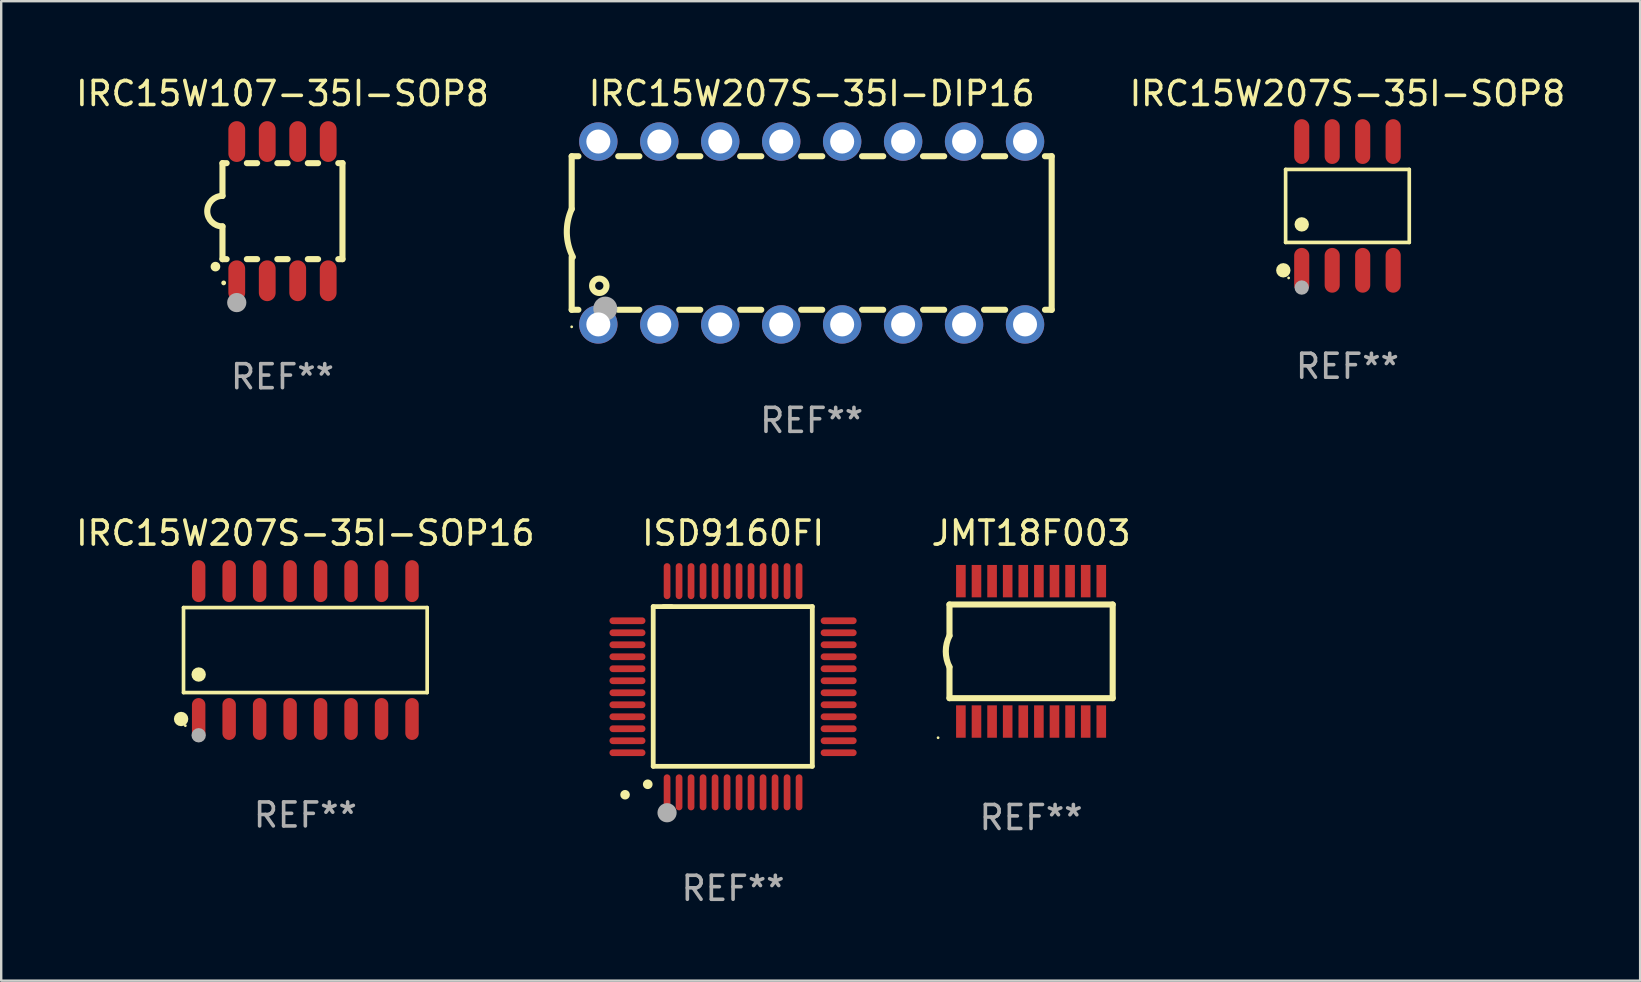
<source format=kicad_pcb>
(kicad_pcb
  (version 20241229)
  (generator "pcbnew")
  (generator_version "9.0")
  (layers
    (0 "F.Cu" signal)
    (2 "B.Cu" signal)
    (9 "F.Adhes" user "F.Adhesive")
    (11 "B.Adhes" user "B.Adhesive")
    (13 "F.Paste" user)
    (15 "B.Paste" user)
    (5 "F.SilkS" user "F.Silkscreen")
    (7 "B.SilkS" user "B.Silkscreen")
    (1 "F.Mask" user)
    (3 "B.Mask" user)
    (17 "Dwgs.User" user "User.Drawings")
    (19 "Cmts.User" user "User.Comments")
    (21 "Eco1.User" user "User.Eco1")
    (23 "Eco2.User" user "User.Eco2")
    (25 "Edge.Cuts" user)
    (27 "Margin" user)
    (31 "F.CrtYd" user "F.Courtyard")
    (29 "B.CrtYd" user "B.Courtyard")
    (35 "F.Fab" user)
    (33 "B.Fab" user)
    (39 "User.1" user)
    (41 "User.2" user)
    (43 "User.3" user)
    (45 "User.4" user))
  (footprint "IRC15W207S-35I-SOP16"
    (layer "F.Cu")
    (at 9.673 24.037)
    (property "Reference" "IRC15W207S-35I-SOP16" (at 0 -4.872 0) (layer "F.SilkS") (effects (font (size 1 1) (thickness 0.15))))
    (attr through_hole)
    (fp_line (start -5.076 -1.771) (end 5.076 -1.771) (stroke (width 0.152) (type solid)) (layer "F.SilkS"))
    (fp_line (start -5.076 1.771) (end -5.076 -1.771) (stroke (width 0.152) (type solid)) (layer "F.SilkS"))
    (fp_line (start 5.076 -1.771) (end 5.076 1.771) (stroke (width 0.152) (type solid)) (layer "F.SilkS"))
    (fp_line (start 5.076 1.771) (end -5.076 1.771) (stroke (width 0.152) (type solid)) (layer "F.SilkS"))
    (fp_circle (center -5.177 2.872) (end -5.027 2.872) (stroke (width 0.3) (type solid)) (fill no) (layer "F.SilkS"))
    (fp_circle (center -5 3.15) (end -4.97 3.15) (stroke (width 0.06) (type solid)) (fill no) (layer "F.SilkS"))
    (fp_circle (center -4.445 1.019) (end -4.295 1.019) (stroke (width 0.3) (type solid)) (fill no) (layer "F.SilkS"))
    (fp_circle (center -4.445 3.55) (end -4.295 3.55) (stroke (width 0.3) (type solid)) (fill no) (layer "F.Fab"))
    (fp_text user "REF**" (at 0 6.872 0) (layer "F.Fab") (effects (font (size 1 1) (thickness 0.15))))
    (pad "1" smd oval (at -4.445 2.872) (size 0.56 1.745) (layers "F.Cu" "F.Mask" "F.Paste"))
    (pad "2" smd oval (at -3.175 2.872) (size 0.56 1.745) (layers "F.Cu" "F.Mask" "F.Paste"))
    (pad "3" smd oval (at -1.905 2.872) (size 0.56 1.745) (layers "F.Cu" "F.Mask" "F.Paste"))
    (pad "4" smd oval (at -0.635 2.872) (size 0.56 1.745) (layers "F.Cu" "F.Mask" "F.Paste"))
    (pad "5" smd oval (at 0.635 2.872) (size 0.56 1.745) (layers "F.Cu" "F.Mask" "F.Paste"))
    (pad "6" smd oval (at 1.905 2.872) (size 0.56 1.745) (layers "F.Cu" "F.Mask" "F.Paste"))
    (pad "7" smd oval (at 3.175 2.872) (size 0.56 1.745) (layers "F.Cu" "F.Mask" "F.Paste"))
    (pad "8" smd oval (at 4.445 2.872) (size 0.56 1.745) (layers "F.Cu" "F.Mask" "F.Paste"))
    (pad "9" smd oval (at 4.445 -2.872) (size 0.56 1.745) (layers "F.Cu" "F.Mask" "F.Paste"))
    (pad "10" smd oval (at 3.175 -2.872) (size 0.56 1.745) (layers "F.Cu" "F.Mask" "F.Paste"))
    (pad "11" smd oval (at 1.905 -2.872) (size 0.56 1.745) (layers "F.Cu" "F.Mask" "F.Paste"))
    (pad "12" smd oval (at 0.635 -2.872) (size 0.56 1.745) (layers "F.Cu" "F.Mask" "F.Paste"))
    (pad "13" smd oval (at -0.635 -2.872) (size 0.56 1.745) (layers "F.Cu" "F.Mask" "F.Paste"))
    (pad "14" smd oval (at -1.905 -2.872) (size 0.56 1.745) (layers "F.Cu" "F.Mask" "F.Paste"))
    (pad "15" smd oval (at -3.175 -2.872) (size 0.56 1.745) (layers "F.Cu" "F.Mask" "F.Paste"))
    (pad "16" smd oval (at -4.445 -2.872) (size 0.56 1.745) (layers "F.Cu" "F.Mask" "F.Paste")))
  (footprint "IRC15W107-35I-SOP8"
    (layer "F.Cu")
    (at 8.72 5.748)
    (property "Reference" "IRC15W107-35I-SOP8" (at 0 -4.9 0) (layer "F.SilkS") (effects (font (size 1 1) (thickness 0.15))))
    (attr through_hole)
    (fp_line (start -2.5 -2) (end -2.5 -0.635) (stroke (width 0.254) (type solid)) (layer "F.SilkS"))
    (fp_line (start -2.5 -2) (end -2.326 -2) (stroke (width 0.254) (type solid)) (layer "F.SilkS"))
    (fp_line (start -2.5 2) (end -2.5 0.635) (stroke (width 0.254) (type solid)) (layer "F.SilkS"))
    (fp_line (start -2.5 2) (end -2.326 2) (stroke (width 0.254) (type solid)) (layer "F.SilkS"))
    (fp_line (start -1.484 -2) (end -1.056 -2) (stroke (width 0.254) (type solid)) (layer "F.SilkS"))
    (fp_line (start -1.484 2) (end -1.056 2) (stroke (width 0.254) (type solid)) (layer "F.SilkS"))
    (fp_line (start -0.214 -2) (end 0.214 -2) (stroke (width 0.254) (type solid)) (layer "F.SilkS"))
    (fp_line (start -0.214 2) (end 0.214 2) (stroke (width 0.254) (type solid)) (layer "F.SilkS"))
    (fp_line (start 1.056 -2) (end 1.484 -2) (stroke (width 0.254) (type solid)) (layer "F.SilkS"))
    (fp_line (start 1.056 2) (end 1.484 2) (stroke (width 0.254) (type solid)) (layer "F.SilkS"))
    (fp_line (start 2.326 -2) (end 2.5 -2) (stroke (width 0.254) (type solid)) (layer "F.SilkS"))
    (fp_line (start 2.326 2) (end 2.5 2) (stroke (width 0.254) (type solid)) (layer "F.SilkS"))
    (fp_line (start 2.5 -2) (end 2.5 2) (stroke (width 0.254) (type solid)) (layer "F.SilkS"))
    (fp_arc (start -2.794006 2.311405) (mid -2.792736 2.311401) (end -2.791466 2.311405) (stroke (width 0.4) (type solid)) (layer "F.SilkS"))
    (fp_arc (start -2.5 0.635001) (mid -3.134366 -0.000318) (end -2.499365 -0.635001) (stroke (width 0.254001) (type solid)) (layer "F.SilkS"))
    (fp_circle (center -2.45 2.99) (end -2.4 2.99) (stroke (width 0.1) (type solid)) (fill no) (layer "F.SilkS"))
    (fp_circle (center -1.905 3.81) (end -1.705 3.81) (stroke (width 0.4) (type solid)) (fill no) (layer "F.Fab"))
    (fp_text user "REF**" (at 0 6.9 0) (layer "F.Fab") (effects (font (size 1 1) (thickness 0.15))))
    (pad "1" smd oval (at -1.905 2.9 180) (size 0.7 1.7) (layers "F.Cu" "F.Mask" "F.Paste"))
    (pad "2" smd oval (at -0.635 2.9 180) (size 0.7 1.7) (layers "F.Cu" "F.Mask" "F.Paste"))
    (pad "3" smd oval (at 0.635 2.9 180) (size 0.7 1.7) (layers "F.Cu" "F.Mask" "F.Paste"))
    (pad "4" smd oval (at 1.905 2.9 180) (size 0.7 1.7) (layers "F.Cu" "F.Mask" "F.Paste"))
    (pad "5" smd oval (at 1.905 -2.9 180) (size 0.7 1.7) (layers "F.Cu" "F.Mask" "F.Paste"))
    (pad "6" smd oval (at 0.635 -2.9 180) (size 0.7 1.7) (layers "F.Cu" "F.Mask" "F.Paste"))
    (pad "7" smd oval (at -0.635 -2.9 180) (size 0.7 1.7) (layers "F.Cu" "F.Mask" "F.Paste"))
    (pad "8" smd oval (at -1.905 -2.9 180) (size 0.7 1.7) (layers "F.Cu" "F.Mask" "F.Paste")))
  (footprint "ISD9160FI"
    (layer "F.Cu")
    (at 27.495 25.565)
    (property "Reference" "ISD9160FI" (at 0 -6.4 0) (layer "F.SilkS") (effects (font (size 1 1) (thickness 0.15))))
    (attr through_hole)
    (fp_line (start -3.327 -3.34) (end -2.565 -3.34) (stroke (width 0.2) (type solid)) (layer "F.SilkS"))
    (fp_line (start -3.327 3.315) (end -3.327 -3.34) (stroke (width 0.2) (type solid)) (layer "F.SilkS"))
    (fp_line (start -2.896 -3.34) (end 3.302 -3.34) (stroke (width 0.2) (type solid)) (layer "F.SilkS"))
    (fp_line (start 3.302 -3.34) (end 3.302 3.315) (stroke (width 0.2) (type solid)) (layer "F.SilkS"))
    (fp_line (start 3.302 3.315) (end -3.327 3.315) (stroke (width 0.2) (type solid)) (layer "F.SilkS"))
    (fp_arc (start -3.556007 4.064008) (mid -3.554737 4.064004) (end -3.553467 4.064008) (stroke (width 0.4) (type solid)) (layer "F.SilkS"))
    (fp_circle (center -4.5 4.5) (end -4.4 4.5) (stroke (width 0.2) (type solid)) (fill no) (layer "F.SilkS"))
    (fp_circle (center -2.75 5.25) (end -2.55 5.25) (stroke (width 0.4) (type solid)) (fill no) (layer "F.Fab"))
    (fp_text user "REF**" (at 0 8.4 0) (layer "F.Fab") (effects (font (size 1 1) (thickness 0.15))))
    (pad "1" smd oval (at -2.75 4.4 180) (size 0.28 1.5) (layers "F.Cu" "F.Mask" "F.Paste"))
    (pad "2" smd oval (at -2.25 4.4 180) (size 0.28 1.5) (layers "F.Cu" "F.Mask" "F.Paste"))
    (pad "3" smd oval (at -1.75 4.4 180) (size 0.28 1.5) (layers "F.Cu" "F.Mask" "F.Paste"))
    (pad "4" smd oval (at -1.25 4.4 180) (size 0.28 1.5) (layers "F.Cu" "F.Mask" "F.Paste"))
    (pad "5" smd oval (at -0.75 4.4 180) (size 0.28 1.5) (layers "F.Cu" "F.Mask" "F.Paste"))
    (pad "6" smd oval (at -0.25 4.4 180) (size 0.28 1.5) (layers "F.Cu" "F.Mask" "F.Paste"))
    (pad "7" smd oval (at 0.25 4.4 180) (size 0.28 1.5) (layers "F.Cu" "F.Mask" "F.Paste"))
    (pad "8" smd oval (at 0.75 4.4 180) (size 0.28 1.5) (layers "F.Cu" "F.Mask" "F.Paste"))
    (pad "9" smd oval (at 1.25 4.4 180) (size 0.28 1.5) (layers "F.Cu" "F.Mask" "F.Paste"))
    (pad "10" smd oval (at 1.75 4.4 180) (size 0.28 1.5) (layers "F.Cu" "F.Mask" "F.Paste"))
    (pad "11" smd oval (at 2.25 4.4 180) (size 0.28 1.5) (layers "F.Cu" "F.Mask" "F.Paste"))
    (pad "12" smd oval (at 2.75 4.4 180) (size 0.28 1.5) (layers "F.Cu" "F.Mask" "F.Paste"))
    (pad "13" smd oval (at 4.4 2.75 90) (size 0.28 1.5) (layers "F.Cu" "F.Mask" "F.Paste"))
    (pad "14" smd oval (at 4.4 2.25 90) (size 0.28 1.5) (layers "F.Cu" "F.Mask" "F.Paste"))
    (pad "15" smd oval (at 4.4 1.75 90) (size 0.28 1.5) (layers "F.Cu" "F.Mask" "F.Paste"))
    (pad "16" smd oval (at 4.4 1.25 90) (size 0.28 1.5) (layers "F.Cu" "F.Mask" "F.Paste"))
    (pad "17" smd oval (at 4.4 0.75 90) (size 0.28 1.5) (layers "F.Cu" "F.Mask" "F.Paste"))
    (pad "18" smd oval (at 4.4 0.25 90) (size 0.28 1.5) (layers "F.Cu" "F.Mask" "F.Paste"))
    (pad "19" smd oval (at 4.4 -0.25 90) (size 0.28 1.5) (layers "F.Cu" "F.Mask" "F.Paste"))
    (pad "20" smd oval (at 4.4 -0.75 90) (size 0.28 1.5) (layers "F.Cu" "F.Mask" "F.Paste"))
    (pad "21" smd oval (at 4.4 -1.25 90) (size 0.28 1.5) (layers "F.Cu" "F.Mask" "F.Paste"))
    (pad "22" smd oval (at 4.4 -1.75 90) (size 0.28 1.5) (layers "F.Cu" "F.Mask" "F.Paste"))
    (pad "23" smd oval (at 4.4 -2.25 90) (size 0.28 1.5) (layers "F.Cu" "F.Mask" "F.Paste"))
    (pad "24" smd oval (at 4.4 -2.75 90) (size 0.28 1.5) (layers "F.Cu" "F.Mask" "F.Paste"))
    (pad "25" smd oval (at 2.75 -4.4 180) (size 0.28 1.5) (layers "F.Cu" "F.Mask" "F.Paste"))
    (pad "26" smd oval (at 2.25 -4.4 180) (size 0.28 1.5) (layers "F.Cu" "F.Mask" "F.Paste"))
    (pad "27" smd oval (at 1.75 -4.4 180) (size 0.28 1.5) (layers "F.Cu" "F.Mask" "F.Paste"))
    (pad "28" smd oval (at 1.25 -4.4 180) (size 0.28 1.5) (layers "F.Cu" "F.Mask" "F.Paste"))
    (pad "29" smd oval (at 0.75 -4.4 180) (size 0.28 1.5) (layers "F.Cu" "F.Mask" "F.Paste"))
    (pad "30" smd oval (at 0.25 -4.4 180) (size 0.28 1.5) (layers "F.Cu" "F.Mask" "F.Paste"))
    (pad "31" smd oval (at -0.25 -4.4 180) (size 0.28 1.5) (layers "F.Cu" "F.Mask" "F.Paste"))
    (pad "32" smd oval (at -0.75 -4.4 180) (size 0.28 1.5) (layers "F.Cu" "F.Mask" "F.Paste"))
    (pad "33" smd oval (at -1.25 -4.4 180) (size 0.28 1.5) (layers "F.Cu" "F.Mask" "F.Paste"))
    (pad "34" smd oval (at -1.75 -4.4 180) (size 0.28 1.5) (layers "F.Cu" "F.Mask" "F.Paste"))
    (pad "35" smd oval (at -2.25 -4.4 180) (size 0.28 1.5) (layers "F.Cu" "F.Mask" "F.Paste"))
    (pad "36" smd oval (at -2.75 -4.4 180) (size 0.28 1.5) (layers "F.Cu" "F.Mask" "F.Paste"))
    (pad "37" smd oval (at -4.4 -2.75 90) (size 0.28 1.5) (layers "F.Cu" "F.Mask" "F.Paste"))
    (pad "38" smd oval (at -4.4 -2.25 90) (size 0.28 1.5) (layers "F.Cu" "F.Mask" "F.Paste"))
    (pad "39" smd oval (at -4.4 -1.75 90) (size 0.28 1.5) (layers "F.Cu" "F.Mask" "F.Paste"))
    (pad "40" smd oval (at -4.4 -1.25 90) (size 0.28 1.5) (layers "F.Cu" "F.Mask" "F.Paste"))
    (pad "41" smd oval (at -4.4 -0.75 90) (size 0.28 1.5) (layers "F.Cu" "F.Mask" "F.Paste"))
    (pad "42" smd oval (at -4.4 -0.25 90) (size 0.28 1.5) (layers "F.Cu" "F.Mask" "F.Paste"))
    (pad "43" smd oval (at -4.4 0.25 90) (size 0.28 1.5) (layers "F.Cu" "F.Mask" "F.Paste"))
    (pad "44" smd oval (at -4.4 0.75 90) (size 0.28 1.5) (layers "F.Cu" "F.Mask" "F.Paste"))
    (pad "45" smd oval (at -4.4 1.25 90) (size 0.28 1.5) (layers "F.Cu" "F.Mask" "F.Paste"))
    (pad "46" smd oval (at -4.4 1.75 90) (size 0.28 1.5) (layers "F.Cu" "F.Mask" "F.Paste"))
    (pad "47" smd oval (at -4.4 2.25 90) (size 0.28 1.5) (layers "F.Cu" "F.Mask" "F.Paste"))
    (pad "48" smd oval (at -4.4 2.75 90) (size 0.28 1.5) (layers "F.Cu" "F.Mask" "F.Paste")))
  (footprint "IRC15W207S-35I-DIP16"
    (layer "F.Cu")
    (at 30.771 6.658)
    (property "Reference" "IRC15W207S-35I-DIP16" (at 0 -5.81 0) (layer "F.SilkS") (effects (font (size 1 1) (thickness 0.15))))
    (attr through_hole)
    (fp_line (start -10 -3.198) (end -9.719 -3.198) (stroke (width 0.254) (type solid)) (layer "F.SilkS"))
    (fp_line (start -10 -0.998) (end -10 -3.198) (stroke (width 0.254) (type solid)) (layer "F.SilkS"))
    (fp_line (start -10 3.2) (end -10 1) (stroke (width 0.254) (type solid)) (layer "F.SilkS"))
    (fp_line (start -10 3.2) (end -9.721 3.2) (stroke (width 0.254) (type solid)) (layer "F.SilkS"))
    (fp_line (start -8.061 -3.198) (end -7.179 -3.198) (stroke (width 0.254) (type solid)) (layer "F.SilkS"))
    (fp_line (start -8.059 3.2) (end -7.181 3.2) (stroke (width 0.254) (type solid)) (layer "F.SilkS"))
    (fp_line (start -5.521 -3.198) (end -4.639 -3.198) (stroke (width 0.254) (type solid)) (layer "F.SilkS"))
    (fp_line (start -5.519 3.2) (end -4.641 3.2) (stroke (width 0.254) (type solid)) (layer "F.SilkS"))
    (fp_line (start -2.981 -3.198) (end -2.099 -3.198) (stroke (width 0.254) (type solid)) (layer "F.SilkS"))
    (fp_line (start -2.979 3.2) (end -2.101 3.2) (stroke (width 0.254) (type solid)) (layer "F.SilkS"))
    (fp_line (start -0.441 -3.198) (end 0.441 -3.198) (stroke (width 0.254) (type solid)) (layer "F.SilkS"))
    (fp_line (start -0.439 3.2) (end 0.439 3.2) (stroke (width 0.254) (type solid)) (layer "F.SilkS"))
    (fp_line (start 2.099 -3.198) (end 2.981 -3.198) (stroke (width 0.254) (type solid)) (layer "F.SilkS"))
    (fp_line (start 2.101 3.2) (end 2.979 3.2) (stroke (width 0.254) (type solid)) (layer "F.SilkS"))
    (fp_line (start 4.639 -3.198) (end 5.521 -3.198) (stroke (width 0.254) (type solid)) (layer "F.SilkS"))
    (fp_line (start 4.641 3.2) (end 5.519 3.2) (stroke (width 0.254) (type solid)) (layer "F.SilkS"))
    (fp_line (start 7.179 -3.198) (end 8.061 -3.198) (stroke (width 0.254) (type solid)) (layer "F.SilkS"))
    (fp_line (start 7.181 3.2) (end 8.059 3.2) (stroke (width 0.254) (type solid)) (layer "F.SilkS"))
    (fp_line (start 9.719 -3.198) (end 10 -3.198) (stroke (width 0.254) (type solid)) (layer "F.SilkS"))
    (fp_line (start 9.721 3.2) (end 10 3.2) (stroke (width 0.254) (type solid)) (layer "F.SilkS"))
    (fp_line (start 10 3.2) (end 10 -3.2) (stroke (width 0.254) (type solid)) (layer "F.SilkS"))
    (fp_arc (start -9.949962 1) (mid -10.203153 0.005709) (end -10 -1) (stroke (width 0.254001) (type solid)) (layer "F.SilkS"))
    (fp_circle (center -10 3.91) (end -9.97 3.91) (stroke (width 0.06) (type solid)) (fill no) (layer "F.SilkS"))
    (fp_circle (center -8.85 2.2) (end -8.55 2.2) (stroke (width 0.254) (type solid)) (fill no) (layer "F.SilkS"))
    (fp_circle (center -8.6 3.15) (end -8.35 3.15) (stroke (width 0.5) (type solid)) (fill no) (layer "F.Fab"))
    (fp_text user "REF**" (at 0 7.81 0) (layer "F.Fab") (effects (font (size 1 1) (thickness 0.15))))
    (pad "1" thru_hole circle (at -8.89 3.81) (size 1.6 1.6) (drill 1) (layers "*.Cu" "*.Mask"))
    (pad "2" thru_hole circle (at -6.35 3.81) (size 1.6 1.6) (drill 1) (layers "*.Cu" "*.Mask"))
    (pad "3" thru_hole circle (at -3.81 3.81) (size 1.6 1.6) (drill 1) (layers "*.Cu" "*.Mask"))
    (pad "4" thru_hole circle (at -1.27 3.81) (size 1.6 1.6) (drill 1) (layers "*.Cu" "*.Mask"))
    (pad "5" thru_hole circle (at 1.27 3.81) (size 1.6 1.6) (drill 1) (layers "*.Cu" "*.Mask"))
    (pad "6" thru_hole circle (at 3.81 3.81) (size 1.6 1.6) (drill 1) (layers "*.Cu" "*.Mask"))
    (pad "7" thru_hole circle (at 6.35 3.81) (size 1.6 1.6) (drill 1) (layers "*.Cu" "*.Mask"))
    (pad "8" thru_hole circle (at 8.89 3.81) (size 1.6 1.6) (drill 1) (layers "*.Cu" "*.Mask"))
    (pad "9" thru_hole circle (at 8.89 -3.81) (size 1.6 1.6) (drill 1) (layers "*.Cu" "*.Mask"))
    (pad "10" thru_hole circle (at 6.35 -3.81) (size 1.6 1.6) (drill 1) (layers "*.Cu" "*.Mask"))
    (pad "11" thru_hole circle (at 3.81 -3.81) (size 1.6 1.6) (drill 1) (layers "*.Cu" "*.Mask"))
    (pad "12" thru_hole circle (at 1.27 -3.81) (size 1.6 1.6) (drill 1) (layers "*.Cu" "*.Mask"))
    (pad "13" thru_hole circle (at -1.27 -3.81) (size 1.6 1.6) (drill 1) (layers "*.Cu" "*.Mask"))
    (pad "14" thru_hole circle (at -3.81 -3.81) (size 1.6 1.6) (drill 1) (layers "*.Cu" "*.Mask"))
    (pad "15" thru_hole circle (at -6.35 -3.81) (size 1.6 1.6) (drill 1) (layers "*.Cu" "*.Mask"))
    (pad "16" thru_hole circle (at -8.89 -3.81) (size 1.6 1.6) (drill 1) (layers "*.Cu" "*.Mask")))
  (footprint "IRC15W207S-35I-SOP8"
    (layer "F.Cu")
    (at 53.095 5.531)
    (property "Reference" "IRC15W207S-35I-SOP8" (at 0 -4.682 0) (layer "F.SilkS") (effects (font (size 1 1) (thickness 0.15))))
    (attr through_hole)
    (fp_line (start -2.576 -1.521) (end 2.576 -1.521) (stroke (width 0.152) (type solid)) (layer "F.SilkS"))
    (fp_line (start -2.576 1.521) (end -2.576 -1.521) (stroke (width 0.152) (type solid)) (layer "F.SilkS"))
    (fp_line (start 2.576 -1.521) (end 2.576 1.521) (stroke (width 0.152) (type solid)) (layer "F.SilkS"))
    (fp_line (start 2.576 1.521) (end -2.576 1.521) (stroke (width 0.152) (type solid)) (layer "F.SilkS"))
    (fp_circle (center -2.672 2.682) (end -2.522 2.682) (stroke (width 0.3) (type solid)) (fill no) (layer "F.SilkS"))
    (fp_circle (center -2.45 3) (end -2.42 3) (stroke (width 0.06) (type solid)) (fill no) (layer "F.SilkS"))
    (fp_circle (center -1.905 0.769) (end -1.755 0.769) (stroke (width 0.3) (type solid)) (fill no) (layer "F.SilkS"))
    (fp_circle (center -1.905 3.4) (end -1.755 3.4) (stroke (width 0.3) (type solid)) (fill no) (layer "F.Fab"))
    (fp_text user "REF**" (at 0 6.682 0) (layer "F.Fab") (effects (font (size 1 1) (thickness 0.15))))
    (pad "1" smd oval (at -1.905 2.682) (size 0.63 1.865) (layers "F.Cu" "F.Mask" "F.Paste"))
    (pad "2" smd oval (at -0.635 2.682) (size 0.63 1.865) (layers "F.Cu" "F.Mask" "F.Paste"))
    (pad "3" smd oval (at 0.635 2.682) (size 0.63 1.865) (layers "F.Cu" "F.Mask" "F.Paste"))
    (pad "4" smd oval (at 1.905 2.682) (size 0.63 1.865) (layers "F.Cu" "F.Mask" "F.Paste"))
    (pad "5" smd oval (at 1.905 -2.682) (size 0.63 1.865) (layers "F.Cu" "F.Mask" "F.Paste"))
    (pad "6" smd oval (at 0.635 -2.682) (size 0.63 1.865) (layers "F.Cu" "F.Mask" "F.Paste"))
    (pad "7" smd oval (at -0.635 -2.682) (size 0.63 1.865) (layers "F.Cu" "F.Mask" "F.Paste"))
    (pad "8" smd oval (at -1.905 -2.682) (size 0.63 1.865) (layers "F.Cu" "F.Mask" "F.Paste")))
  (footprint "JMT18F003"
    (layer "F.Cu")
    (at 39.913 24.09)
    (property "Reference" "JMT18F003" (at 0 -4.925 0) (layer "F.SilkS") (effects (font (size 1 1) (thickness 0.15))))
    (attr through_hole)
    (fp_line (start -3.4 -1.951) (end -3.4 -0.65) (stroke (width 0.254) (type solid)) (layer "F.SilkS"))
    (fp_line (start -3.4 -1.951) (end 3.4 -1.951) (stroke (width 0.254) (type solid)) (layer "F.SilkS"))
    (fp_line (start -3.4 1.951) (end -3.4 0.65) (stroke (width 0.254) (type solid)) (layer "F.SilkS"))
    (fp_line (start -3.4 1.951) (end 3.4 1.951) (stroke (width 0.254) (type solid)) (layer "F.SilkS"))
    (fp_line (start 3.4 -1.951) (end 3.4 1.951) (stroke (width 0.254) (type solid)) (layer "F.SilkS"))
    (fp_arc (start -3.401067 0.650114) (mid -3.554162 -0.000076) (end -3.4 -0.650013) (stroke (width 0.254001) (type solid)) (layer "F.SilkS"))
    (fp_circle (center -3.875 3.6) (end -3.845 3.6) (stroke (width 0.06) (type solid)) (fill no) (layer "F.SilkS"))
    (fp_text user "REF**" (at 0 6.925 0) (layer "F.Fab") (effects (font (size 1 1) (thickness 0.15))))
    (pad "1" smd rect (at -2.925 2.925 180) (size 0.4 1.35) (layers "F.Cu" "F.Mask" "F.Paste"))
    (pad "2" smd rect (at -2.275 2.925 180) (size 0.4 1.35) (layers "F.Cu" "F.Mask" "F.Paste"))
    (pad "3" smd rect (at -1.625 2.925 180) (size 0.4 1.35) (layers "F.Cu" "F.Mask" "F.Paste"))
    (pad "4" smd rect (at -0.975 2.925 180) (size 0.4 1.35) (layers "F.Cu" "F.Mask" "F.Paste"))
    (pad "5" smd rect (at -0.325 2.925 180) (size 0.4 1.35) (layers "F.Cu" "F.Mask" "F.Paste"))
    (pad "6" smd rect (at 0.325 2.925 180) (size 0.4 1.35) (layers "F.Cu" "F.Mask" "F.Paste"))
    (pad "7" smd rect (at 0.975 2.925 180) (size 0.4 1.35) (layers "F.Cu" "F.Mask" "F.Paste"))
    (pad "8" smd rect (at 1.625 2.925 180) (size 0.4 1.35) (layers "F.Cu" "F.Mask" "F.Paste"))
    (pad "9" smd rect (at 2.275 2.925 180) (size 0.4 1.35) (layers "F.Cu" "F.Mask" "F.Paste"))
    (pad "10" smd rect (at 2.925 2.925 180) (size 0.4 1.35) (layers "F.Cu" "F.Mask" "F.Paste"))
    (pad "11" smd rect (at 2.925 -2.925 180) (size 0.4 1.35) (layers "F.Cu" "F.Mask" "F.Paste"))
    (pad "12" smd rect (at 2.275 -2.925 180) (size 0.4 1.35) (layers "F.Cu" "F.Mask" "F.Paste"))
    (pad "13" smd rect (at 1.625 -2.925 180) (size 0.4 1.35) (layers "F.Cu" "F.Mask" "F.Paste"))
    (pad "14" smd rect (at 0.975 -2.925 180) (size 0.4 1.35) (layers "F.Cu" "F.Mask" "F.Paste"))
    (pad "15" smd rect (at 0.325 -2.925 180) (size 0.4 1.35) (layers "F.Cu" "F.Mask" "F.Paste"))
    (pad "16" smd rect (at -0.325 -2.925 180) (size 0.4 1.35) (layers "F.Cu" "F.Mask" "F.Paste"))
    (pad "17" smd rect (at -0.975 -2.925 180) (size 0.4 1.35) (layers "F.Cu" "F.Mask" "F.Paste"))
    (pad "18" smd rect (at -1.625 -2.925 180) (size 0.4 1.35) (layers "F.Cu" "F.Mask" "F.Paste"))
    (pad "19" smd rect (at -2.275 -2.925 180) (size 0.4 1.35) (layers "F.Cu" "F.Mask" "F.Paste"))
    (pad "20" smd rect (at -2.925 -2.925 180) (size 0.4 1.35) (layers "F.Cu" "F.Mask" "F.Paste")))
  (gr_rect
    (start -3 -3)
    (end 65.291 37.813)
    (stroke (width 0.1) (type default))
    (fill no)
    (layer "Edge.Cuts")))
</source>
